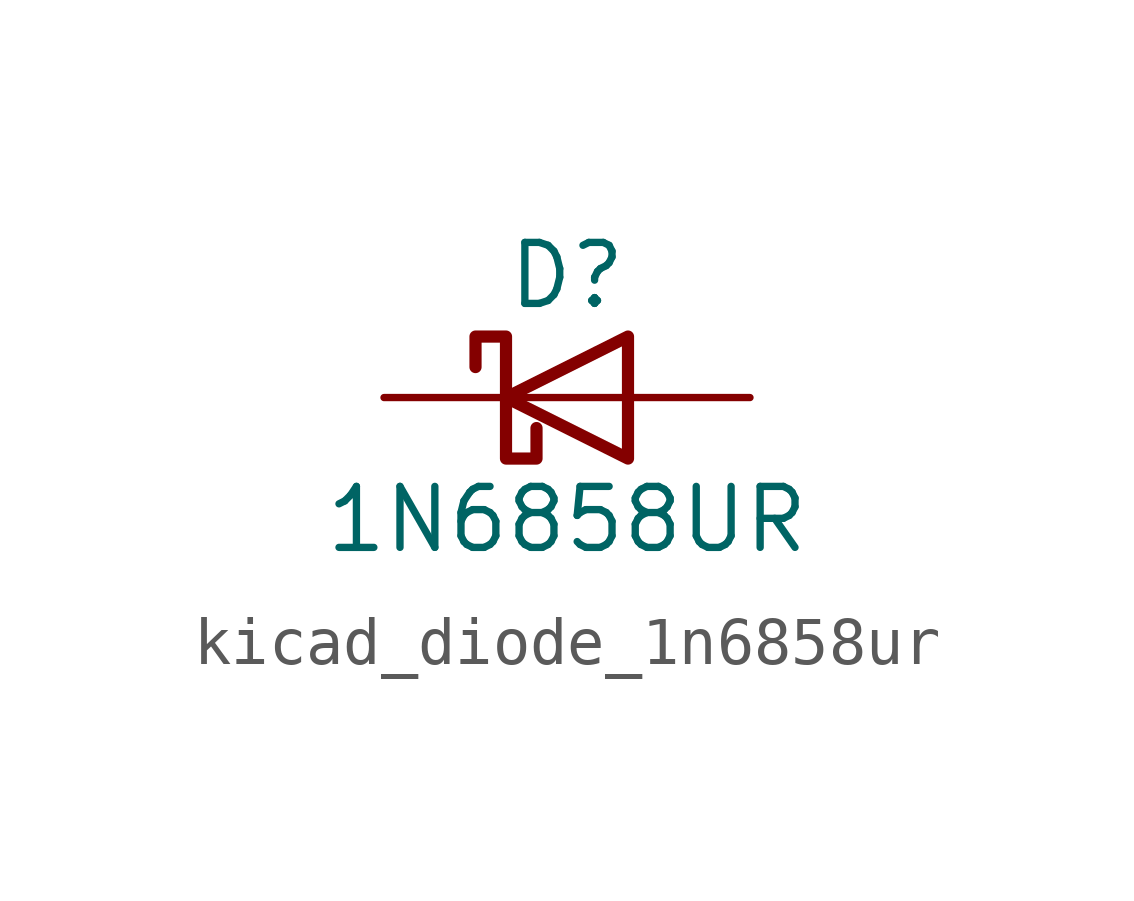
<source format=kicad_sym>
(kicad_symbol_lib
  (version 20220914)
  (generator kicad_symbol_editor)
  (symbol "kicad_diode_1n6858ur"
    (pin_numbers hide)
    (pin_names
      (offset 1.016) hide)
    (property "Reference" "D"
      (at 0 2.54 0)
      (effects (font (size 1.27 1.27))))
    (property "Value" "1N6858UR"
      (at 0 -2.54 0)
      (effects (font (size 1.27 1.27))))
    (symbol "kicad_diode_1n6858ur_0_1"
      (polyline (pts (xy 1.27 0) (xy -1.27 0)) (stroke (width 0) (type default)) (fill (type none)))
      (polyline (pts (xy 1.27 1.27) (xy 1.27 -1.27) (xy -1.27 0) (xy 1.27 1.27)) (stroke (width 0.254) (type default)) (fill (type none)))
      (polyline (pts (xy -1.905 0.635) (xy -1.905 1.27) (xy -1.27 1.27) (xy -1.27 -1.27) (xy -0.635 -1.27) (xy -0.635 -0.635)) (stroke (width 0.254) (type default)) (fill (type none))))
    (symbol "kicad_diode_1n6858ur_1_1"
      (pin passive line (at -3.81 0 0) (length 2.54) (name "K" (effects (font (size 1.27 1.27)))) (number "1" (effects (font (size 1.27 1.27)))))
      (pin passive line (at 3.81 0 180) (length 2.54) (name "A" (effects (font (size 1.27 1.27)))) (number "2" (effects (font (size 1.27 1.27))))))))
</source>
